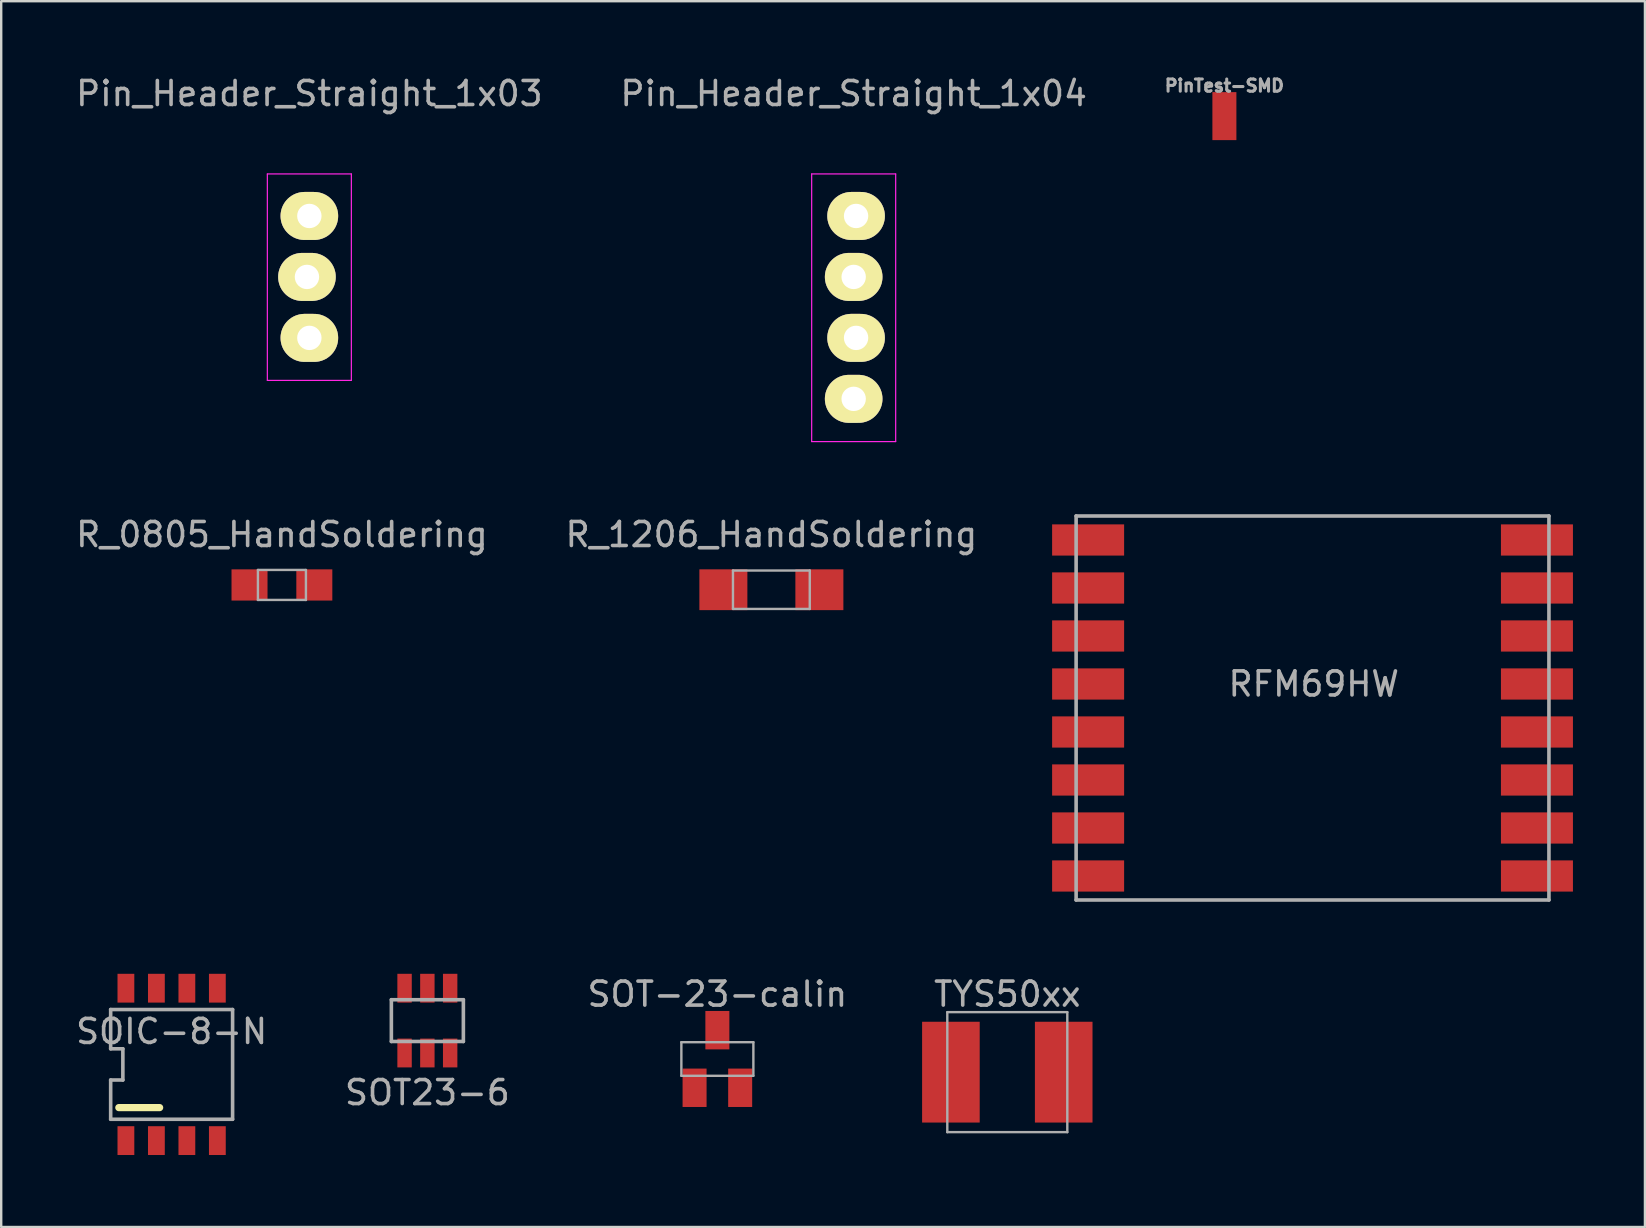
<source format=kicad_pcb>
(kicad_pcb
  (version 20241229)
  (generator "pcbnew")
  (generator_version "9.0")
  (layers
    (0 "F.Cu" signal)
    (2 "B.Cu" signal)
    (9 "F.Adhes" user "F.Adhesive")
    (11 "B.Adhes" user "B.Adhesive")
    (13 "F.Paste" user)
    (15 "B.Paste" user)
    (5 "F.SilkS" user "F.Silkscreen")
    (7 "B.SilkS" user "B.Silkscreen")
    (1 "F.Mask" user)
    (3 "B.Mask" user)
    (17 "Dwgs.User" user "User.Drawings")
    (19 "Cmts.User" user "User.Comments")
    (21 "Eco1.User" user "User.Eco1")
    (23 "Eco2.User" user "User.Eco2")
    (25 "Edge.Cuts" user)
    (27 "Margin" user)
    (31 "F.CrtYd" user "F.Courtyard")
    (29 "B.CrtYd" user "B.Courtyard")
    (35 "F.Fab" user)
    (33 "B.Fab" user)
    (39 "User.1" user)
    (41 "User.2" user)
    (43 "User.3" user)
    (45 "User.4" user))
  (footprint "R_1206_HandSoldering"
    (layer "F.Cu")
    (at 29.089 21.521)
    (property "Reference" "R_1206_HandSoldering" (at 0 -2.3 0) (layer "F.Fab") (effects (font (size 1 1) (thickness 0.15))))
    (attr smd)
    (fp_line (start -1.6 -0.8) (end 1.6 -0.8) (stroke (width 0.1) (type solid)) (layer "F.Fab"))
    (fp_line (start -1.6 0.8) (end -1.6 -0.8) (stroke (width 0.1) (type solid)) (layer "F.Fab"))
    (fp_line (start 1.6 -0.8) (end 1.6 0.8) (stroke (width 0.1) (type solid)) (layer "F.Fab"))
    (fp_line (start 1.6 0.8) (end -1.6 0.8) (stroke (width 0.1) (type solid)) (layer "F.Fab"))
    (pad "1" smd rect (at -2 0) (size 2 1.7) (layers "F.Cu" "F.Mask" "F.Paste"))
    (pad "2" smd rect (at 2 0) (size 2 1.7) (layers "F.Cu" "F.Mask" "F.Paste")))
  (footprint "SOT-23-calin"
    (layer "F.Cu")
    (at 26.839 41.072)
    (property "Reference" "SOT-23-calin" (at 0 -2.7 0) (layer "F.Fab") (effects (font (size 1 1) (thickness 0.15))))
    (attr through_hole)
    (fp_line (start -1.5 -0.7) (end 1.5 -0.7) (stroke (width 0.1) (type solid)) (layer "F.Fab"))
    (fp_line (start -1.5 0.7) (end -1.5 -0.7) (stroke (width 0.1) (type solid)) (layer "F.Fab"))
    (fp_line (start 1.5 -0.7) (end 1.5 0.7) (stroke (width 0.1) (type solid)) (layer "F.Fab"))
    (fp_line (start 1.5 0.7) (end -1.5 0.7) (stroke (width 0.1) (type solid)) (layer "F.Fab"))
    (pad "D" smd rect (at 0 -1.2) (size 1 1.6) (layers "F.Cu" "F.Mask" "F.Paste"))
    (pad "G" smd rect (at -0.95 1.2) (size 1 1.6) (layers "F.Cu" "F.Mask" "F.Paste"))
    (pad "S" smd rect (at 0.95 1.2) (size 1 1.6) (layers "F.Cu" "F.Mask" "F.Paste")))
  (footprint "TYS50xx"
    (layer "F.Cu")
    (at 38.919 41.621)
    (property "Reference" "TYS50xx" (at 0 -3.25 0) (layer "F.Fab") (effects (font (size 1 1) (thickness 0.15))))
    (attr through_hole)
    (fp_line (start -2.5 -2.5) (end 2.5 -2.5) (stroke (width 0.1) (type solid)) (layer "F.Fab"))
    (fp_line (start -2.5 2.5) (end -2.5 -2.5) (stroke (width 0.1) (type solid)) (layer "F.Fab"))
    (fp_line (start 2.5 -2.5) (end 2.5 2.5) (stroke (width 0.1) (type solid)) (layer "F.Fab"))
    (fp_line (start 2.5 2.5) (end -2.5 2.5) (stroke (width 0.1) (type solid)) (layer "F.Fab"))
    (pad "1" smd rect (at -2.35 0) (size 2.4 4.2) (layers "F.Cu" "F.Mask" "F.Paste"))
    (pad "2" smd rect (at 2.35 0) (size 2.4 4.2) (layers "F.Cu" "F.Mask" "F.Paste")))
  (footprint "SOT23-6"
    (layer "F.Cu")
    (at 14.756 39.473)
    (property "Reference" "SOT23-6" (at 0 3 0) (layer "F.Fab") (effects (font (size 1 1) (thickness 0.15))))
    (attr through_hole)
    (fp_line (start -1.5 -0.87) (end -1.5 0.87) (stroke (width 0.15) (type solid)) (layer "F.Fab"))
    (fp_line (start -1.5 0.87) (end 1.5 0.87) (stroke (width 0.15) (type solid)) (layer "F.Fab"))
    (fp_line (start 1.5 -0.87) (end -1.5 -0.87) (stroke (width 0.15) (type solid)) (layer "F.Fab"))
    (fp_line (start 1.5 0.87) (end 1.5 -0.87) (stroke (width 0.15) (type solid)) (layer "F.Fab"))
    (pad "1" smd rect (at -0.95 1.35) (size 0.6 1.2) (layers "F.Cu" "F.Mask" "F.Paste"))
    (pad "2" smd rect (at 0 1.35) (size 0.6 1.2) (layers "F.Cu" "F.Mask" "F.Paste"))
    (pad "3" smd rect (at 0.95 1.35) (size 0.6 1.2) (layers "F.Cu" "F.Mask" "F.Paste"))
    (pad "4" smd rect (at 0.95 -1.35) (size 0.6 1.2) (layers "F.Cu" "F.Mask" "F.Paste"))
    (pad "5" smd rect (at 0 -1.35) (size 0.6 1.2) (layers "F.Cu" "F.Mask" "F.Paste"))
    (pad "6" smd rect (at -0.95 -1.35) (size 0.6 1.2) (layers "F.Cu" "F.Mask" "F.Paste")))
  (footprint "SOIC-8-N"
    (layer "F.Cu")
    (at 4.101 41.298)
    (property "Reference" "SOIC-8-N" (at 0 -1.372 0) (layer "F.Fab") (effects (font (size 1 1) (thickness 0.15))))
    (attr smd)
    (fp_line (start -2.2 1.8) (end -0.5 1.8) (stroke (width 0.3) (type solid)) (layer "F.SilkS"))
    (fp_line (start -2.54 -2.286) (end -2.54 -0.65) (stroke (width 0.15) (type solid)) (layer "F.Fab"))
    (fp_line (start -2.54 -2.286) (end 2.54 -2.286) (stroke (width 0.15) (type solid)) (layer "F.Fab"))
    (fp_line (start -2.54 -0.65) (end -2.032 -0.65) (stroke (width 0.15) (type solid)) (layer "F.Fab"))
    (fp_line (start -2.54 2.286) (end -2.54 0.65) (stroke (width 0.15) (type solid)) (layer "F.Fab"))
    (fp_line (start -2.032 -0.65) (end -2.032 0.65) (stroke (width 0.15) (type solid)) (layer "F.Fab"))
    (fp_line (start -2.032 0.65) (end -2.54 0.65) (stroke (width 0.15) (type solid)) (layer "F.Fab"))
    (fp_line (start 2.54 -2.286) (end 2.54 2.286) (stroke (width 0.15) (type solid)) (layer "F.Fab"))
    (fp_line (start 2.54 2.286) (end -2.54 2.286) (stroke (width 0.15) (type solid)) (layer "F.Fab"))
    (pad "1" smd rect (at -1.905 3.175) (size 0.7 1.2) (layers "F.Cu" "F.Mask" "F.Paste"))
    (pad "2" smd rect (at -0.635 3.175) (size 0.7 1.2) (layers "F.Cu" "F.Mask" "F.Paste"))
    (pad "3" smd rect (at 0.635 3.175) (size 0.7 1.2) (layers "F.Cu" "F.Mask" "F.Paste"))
    (pad "4" smd rect (at 1.905 3.175) (size 0.7 1.2) (layers "F.Cu" "F.Mask" "F.Paste"))
    (pad "5" smd rect (at 1.905 -3.175) (size 0.7 1.2) (layers "F.Cu" "F.Mask" "F.Paste"))
    (pad "6" smd rect (at 0.635 -3.175) (size 0.7 1.2) (layers "F.Cu" "F.Mask" "F.Paste"))
    (pad "7" smd rect (at -0.635 -3.175) (size 0.7 1.2) (layers "F.Cu" "F.Mask" "F.Paste"))
    (pad "8" smd rect (at -1.905 -3.175) (size 0.7 1.2) (layers "F.Cu" "F.Mask" "F.Paste")))
  (footprint "PinTest-SMD"
    (layer "F.Cu")
    (at 47.964 1.788)
    (property "Reference" "PinTest-SMD" (at 0 -1.267 0) (layer "F.Fab") (effects (font (size 0.508 0.508) (thickness 0.127))))
    (attr exclude_from_pos_files exclude_from_bom)
    (pad "1" smd rect (at 0 0) (size 1 2) (layers "F.Cu" "F.Mask" "F.Paste")))
  (footprint "Pin_Header_Straight_1x03"
    (layer "F.Cu")
    (at 9.839 5.948)
    (property "Reference" "Pin_Header_Straight_1x03" (at 0 -5.1 0) (layer "F.Fab") (effects (font (size 1 1) (thickness 0.15))))
    (attr through_hole)
    (fp_line (start -1.75 -1.75) (end -1.75 6.85) (stroke (width 0.05) (type solid)) (layer "F.CrtYd"))
    (fp_line (start -1.75 -1.75) (end 1.75 -1.75) (stroke (width 0.05) (type solid)) (layer "F.CrtYd"))
    (fp_line (start -1.75 6.85) (end 1.75 6.85) (stroke (width 0.05) (type solid)) (layer "F.CrtYd"))
    (fp_line (start 1.75 -1.75) (end 1.75 6.85) (stroke (width 0.05) (type solid)) (layer "F.CrtYd"))
    (pad "1" thru_hole oval (at 0 0) (size 2.4 2) (drill 1.016) (layers "*.Cu" "*.Mask" "F.SilkS"))
    (pad "2" thru_hole oval (at -0.1 2.54) (size 2.4 2) (drill 1.016) (layers "*.Cu" "*.Mask" "F.SilkS"))
    (pad "3" thru_hole oval (at 0 5.08) (size 2.4 2) (drill 1.016) (layers "*.Cu" "*.Mask" "F.SilkS")))
  (footprint "R_0805_HandSoldering"
    (layer "F.Cu")
    (at 8.696 21.322)
    (property "Reference" "R_0805_HandSoldering" (at 0 -2.1 0) (layer "F.Fab") (effects (font (size 1 1) (thickness 0.15))))
    (attr smd)
    (fp_line (start -1 -0.625) (end 1 -0.625) (stroke (width 0.1) (type solid)) (layer "F.Fab"))
    (fp_line (start -1 0.625) (end -1 -0.625) (stroke (width 0.1) (type solid)) (layer "F.Fab"))
    (fp_line (start 1 -0.625) (end 1 0.625) (stroke (width 0.1) (type solid)) (layer "F.Fab"))
    (fp_line (start 1 0.625) (end -1 0.625) (stroke (width 0.1) (type solid)) (layer "F.Fab"))
    (pad "1" smd rect (at -1.35 0) (size 1.5 1.3) (layers "F.Cu" "F.Mask" "F.Paste"))
    (pad "2" smd rect (at 1.35 0) (size 1.5 1.3) (layers "F.Cu" "F.Mask" "F.Paste")))
  (footprint "RFM69HW"
    (layer "F.Cu")
    (at 51.636 26.498)
    (property "Reference" "RFM69HW" (at 0.05 -1.05 0) (layer "F.Fab") (effects (font (size 1 1) (thickness 0.15))))
    (attr through_hole)
    (fp_line (start -9.85 -8.05) (end 9.85 -8.05) (stroke (width 0.15) (type solid)) (layer "F.Fab"))
    (fp_line (start -9.85 7.95) (end -9.85 -8.05) (stroke (width 0.15) (type solid)) (layer "F.Fab"))
    (fp_line (start 9.85 -8.05) (end 9.85 7.95) (stroke (width 0.15) (type solid)) (layer "F.Fab"))
    (fp_line (start 9.85 7.95) (end -9.85 7.95) (stroke (width 0.15) (type solid)) (layer "F.Fab"))
    (pad "1" smd rect (at -9.35 -7.05) (size 3 1.3) (layers "F.Cu" "F.Mask" "F.Paste"))
    (pad "2" smd rect (at -9.35 -5.05) (size 3 1.3) (layers "F.Cu" "F.Mask" "F.Paste"))
    (pad "3" smd rect (at -9.35 -3.05) (size 3 1.3) (layers "F.Cu" "F.Mask" "F.Paste"))
    (pad "4" smd rect (at -9.35 -1.05) (size 3 1.3) (layers "F.Cu" "F.Mask" "F.Paste"))
    (pad "5" smd rect (at -9.35 0.95) (size 3 1.3) (layers "F.Cu" "F.Mask" "F.Paste"))
    (pad "6" smd rect (at -9.35 2.95) (size 3 1.3) (layers "F.Cu" "F.Mask" "F.Paste"))
    (pad "7" smd rect (at -9.35 4.95) (size 3 1.3) (layers "F.Cu" "F.Mask" "F.Paste"))
    (pad "8" smd rect (at -9.35 6.95) (size 3 1.3) (layers "F.Cu" "F.Mask" "F.Paste"))
    (pad "9" smd rect (at 9.35 6.95) (size 3 1.3) (layers "F.Cu" "F.Mask" "F.Paste"))
    (pad "10" smd rect (at 9.35 4.95) (size 3 1.3) (layers "F.Cu" "F.Mask" "F.Paste"))
    (pad "11" smd rect (at 9.35 2.95) (size 3 1.3) (layers "F.Cu" "F.Mask" "F.Paste"))
    (pad "12" smd rect (at 9.35 0.95) (size 3 1.3) (layers "F.Cu" "F.Mask" "F.Paste"))
    (pad "13" smd rect (at 9.35 -1.05) (size 3 1.3) (layers "F.Cu" "F.Mask" "F.Paste"))
    (pad "14" smd rect (at 9.35 -3.05) (size 3 1.3) (layers "F.Cu" "F.Mask" "F.Paste"))
    (pad "15" smd rect (at 9.35 -5.05) (size 3 1.3) (layers "F.Cu" "F.Mask" "F.Paste"))
    (pad "16" smd rect (at 9.35 -7.05) (size 3 1.3) (layers "F.Cu" "F.Mask" "F.Paste")))
  (footprint "Pin_Header_Straight_1x04"
    (layer "F.Cu")
    (at 32.518 5.948)
    (property "Reference" "Pin_Header_Straight_1x04" (at 0 -5.1 0) (layer "F.Fab") (effects (font (size 1 1) (thickness 0.15))))
    (attr through_hole)
    (fp_line (start -1.75 -1.75) (end -1.75 9.4) (stroke (width 0.05) (type solid)) (layer "F.CrtYd"))
    (fp_line (start -1.75 -1.75) (end 1.75 -1.75) (stroke (width 0.05) (type solid)) (layer "F.CrtYd"))
    (fp_line (start -1.75 9.4) (end 1.75 9.4) (stroke (width 0.05) (type solid)) (layer "F.CrtYd"))
    (fp_line (start 1.75 -1.75) (end 1.75 9.4) (stroke (width 0.05) (type solid)) (layer "F.CrtYd"))
    (pad "1" thru_hole oval (at 0.1 0) (size 2.4 2) (drill 1.016) (layers "*.Cu" "*.Mask" "F.SilkS"))
    (pad "2" thru_hole oval (at 0 2.54) (size 2.4 2) (drill 1.016) (layers "*.Cu" "*.Mask" "F.SilkS"))
    (pad "3" thru_hole oval (at 0.1 5.08) (size 2.4 2) (drill 1.016) (layers "*.Cu" "*.Mask" "F.SilkS"))
    (pad "4" thru_hole oval (at 0 7.62) (size 2.4 2) (drill 1.016) (layers "*.Cu" "*.Mask" "F.SilkS")))
  (gr_rect
    (start -3 -3)
    (end 65.486 48.073)
    (stroke (width 0.1) (type default))
    (fill no)
    (layer "Edge.Cuts")))
</source>
